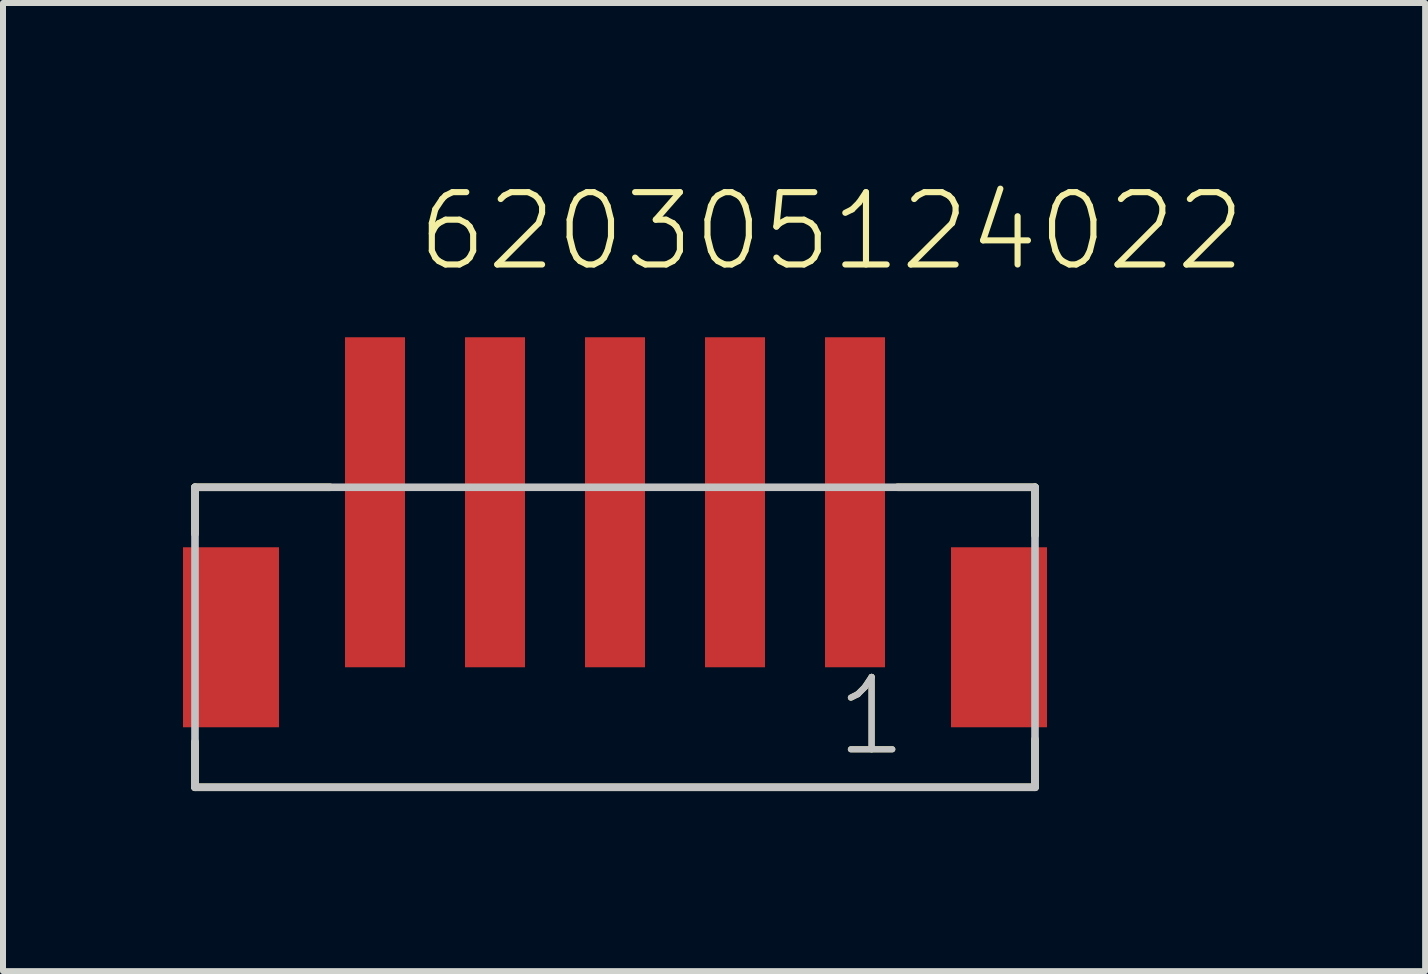
<source format=kicad_pcb>
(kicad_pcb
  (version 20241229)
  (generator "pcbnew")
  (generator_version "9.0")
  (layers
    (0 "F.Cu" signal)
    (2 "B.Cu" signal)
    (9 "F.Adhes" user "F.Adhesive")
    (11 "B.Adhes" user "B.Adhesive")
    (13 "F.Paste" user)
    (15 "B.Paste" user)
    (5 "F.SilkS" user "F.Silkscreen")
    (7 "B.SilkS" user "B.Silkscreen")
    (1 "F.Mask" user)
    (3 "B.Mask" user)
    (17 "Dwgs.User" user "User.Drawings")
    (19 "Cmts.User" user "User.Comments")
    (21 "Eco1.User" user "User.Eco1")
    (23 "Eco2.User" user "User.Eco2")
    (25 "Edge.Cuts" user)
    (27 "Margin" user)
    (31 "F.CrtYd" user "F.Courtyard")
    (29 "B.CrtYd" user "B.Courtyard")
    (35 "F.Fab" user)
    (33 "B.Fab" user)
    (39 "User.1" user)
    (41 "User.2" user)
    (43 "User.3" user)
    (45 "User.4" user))
  (footprint "620305124022"
    (layer "F.Cu")
    (at 7.2 5.321)
    (property "Reference" "620305124022" (at -3.35 -3.81 0) (layer "F.SilkS") (effects (font (size 1.206 1.206) (thickness 0.102)) (justify left bottom)))
    (attr through_hole)
    (fp_line (start -7 -0.25) (end -7 0.53) (stroke (width 0.127) (type solid)) (layer "F.SilkS"))
    (fp_line (start -7 3.99) (end -7 4.75) (stroke (width 0.127) (type solid)) (layer "F.SilkS"))
    (fp_line (start -7 4.75) (end 7 4.75) (stroke (width 0.127) (type solid)) (layer "F.SilkS"))
    (fp_line (start -4.75 -0.25) (end -7 -0.25) (stroke (width 0.127) (type solid)) (layer "F.SilkS"))
    (fp_line (start 4.71 -0.25) (end 7 -0.25) (stroke (width 0.127) (type solid)) (layer "F.SilkS"))
    (fp_line (start 7 -0.25) (end 7 0.55) (stroke (width 0.127) (type solid)) (layer "F.SilkS"))
    (fp_line (start 7 4.75) (end 7 3.95) (stroke (width 0.127) (type solid)) (layer "F.SilkS"))
    (fp_line (start -7 -0.25) (end 7 -0.25) (stroke (width 0.127) (type solid)) (layer "Dwgs.User"))
    (fp_line (start -7 4.75) (end -7 -0.25) (stroke (width 0.127) (type solid)) (layer "Dwgs.User"))
    (fp_line (start 7 -0.25) (end 7 4.75) (stroke (width 0.127) (type solid)) (layer "Dwgs.User"))
    (fp_line (start 7 4.75) (end -7 4.75) (stroke (width 0.127) (type solid)) (layer "Dwgs.User"))
    (fp_text user "1" (at 3.635 4.27 0) (layer "F.SilkS") (effects (font (size 1.206 1.206) (thickness 0.102)) (justify left bottom)))
    (fp_text user "1" (at 3.635 4.27 0) (layer "Dwgs.User") (effects (font (size 1.206 1.206) (thickness 0.102)) (justify left bottom)))
    (pad "1" smd rect (at 4 0) (size 1 5.5) (layers "F.Cu" "F.Mask" "F.Paste"))
    (pad "2" smd rect (at 2 0) (size 1 5.5) (layers "F.Cu" "F.Mask" "F.Paste"))
    (pad "3" smd rect (at 0 0) (size 1 5.5) (layers "F.Cu" "F.Mask" "F.Paste"))
    (pad "4" smd rect (at -2 0) (size 1 5.5) (layers "F.Cu" "F.Mask" "F.Paste"))
    (pad "5" smd rect (at -4 0) (size 1 5.5) (layers "F.Cu" "F.Mask" "F.Paste"))
    (pad "Z1" smd rect (at 6.4 2.25 90) (size 3 1.6) (layers "F.Cu" "F.Mask" "F.Paste"))
    (pad "Z2" smd rect (at -6.4 2.25 90) (size 3 1.6) (layers "F.Cu" "F.Mask" "F.Paste")))
  (gr_rect
    (start -3 -3)
    (end 20.702 13.135)
    (stroke (width 0.1) (type default))
    (fill no)
    (layer "Edge.Cuts")))
</source>
